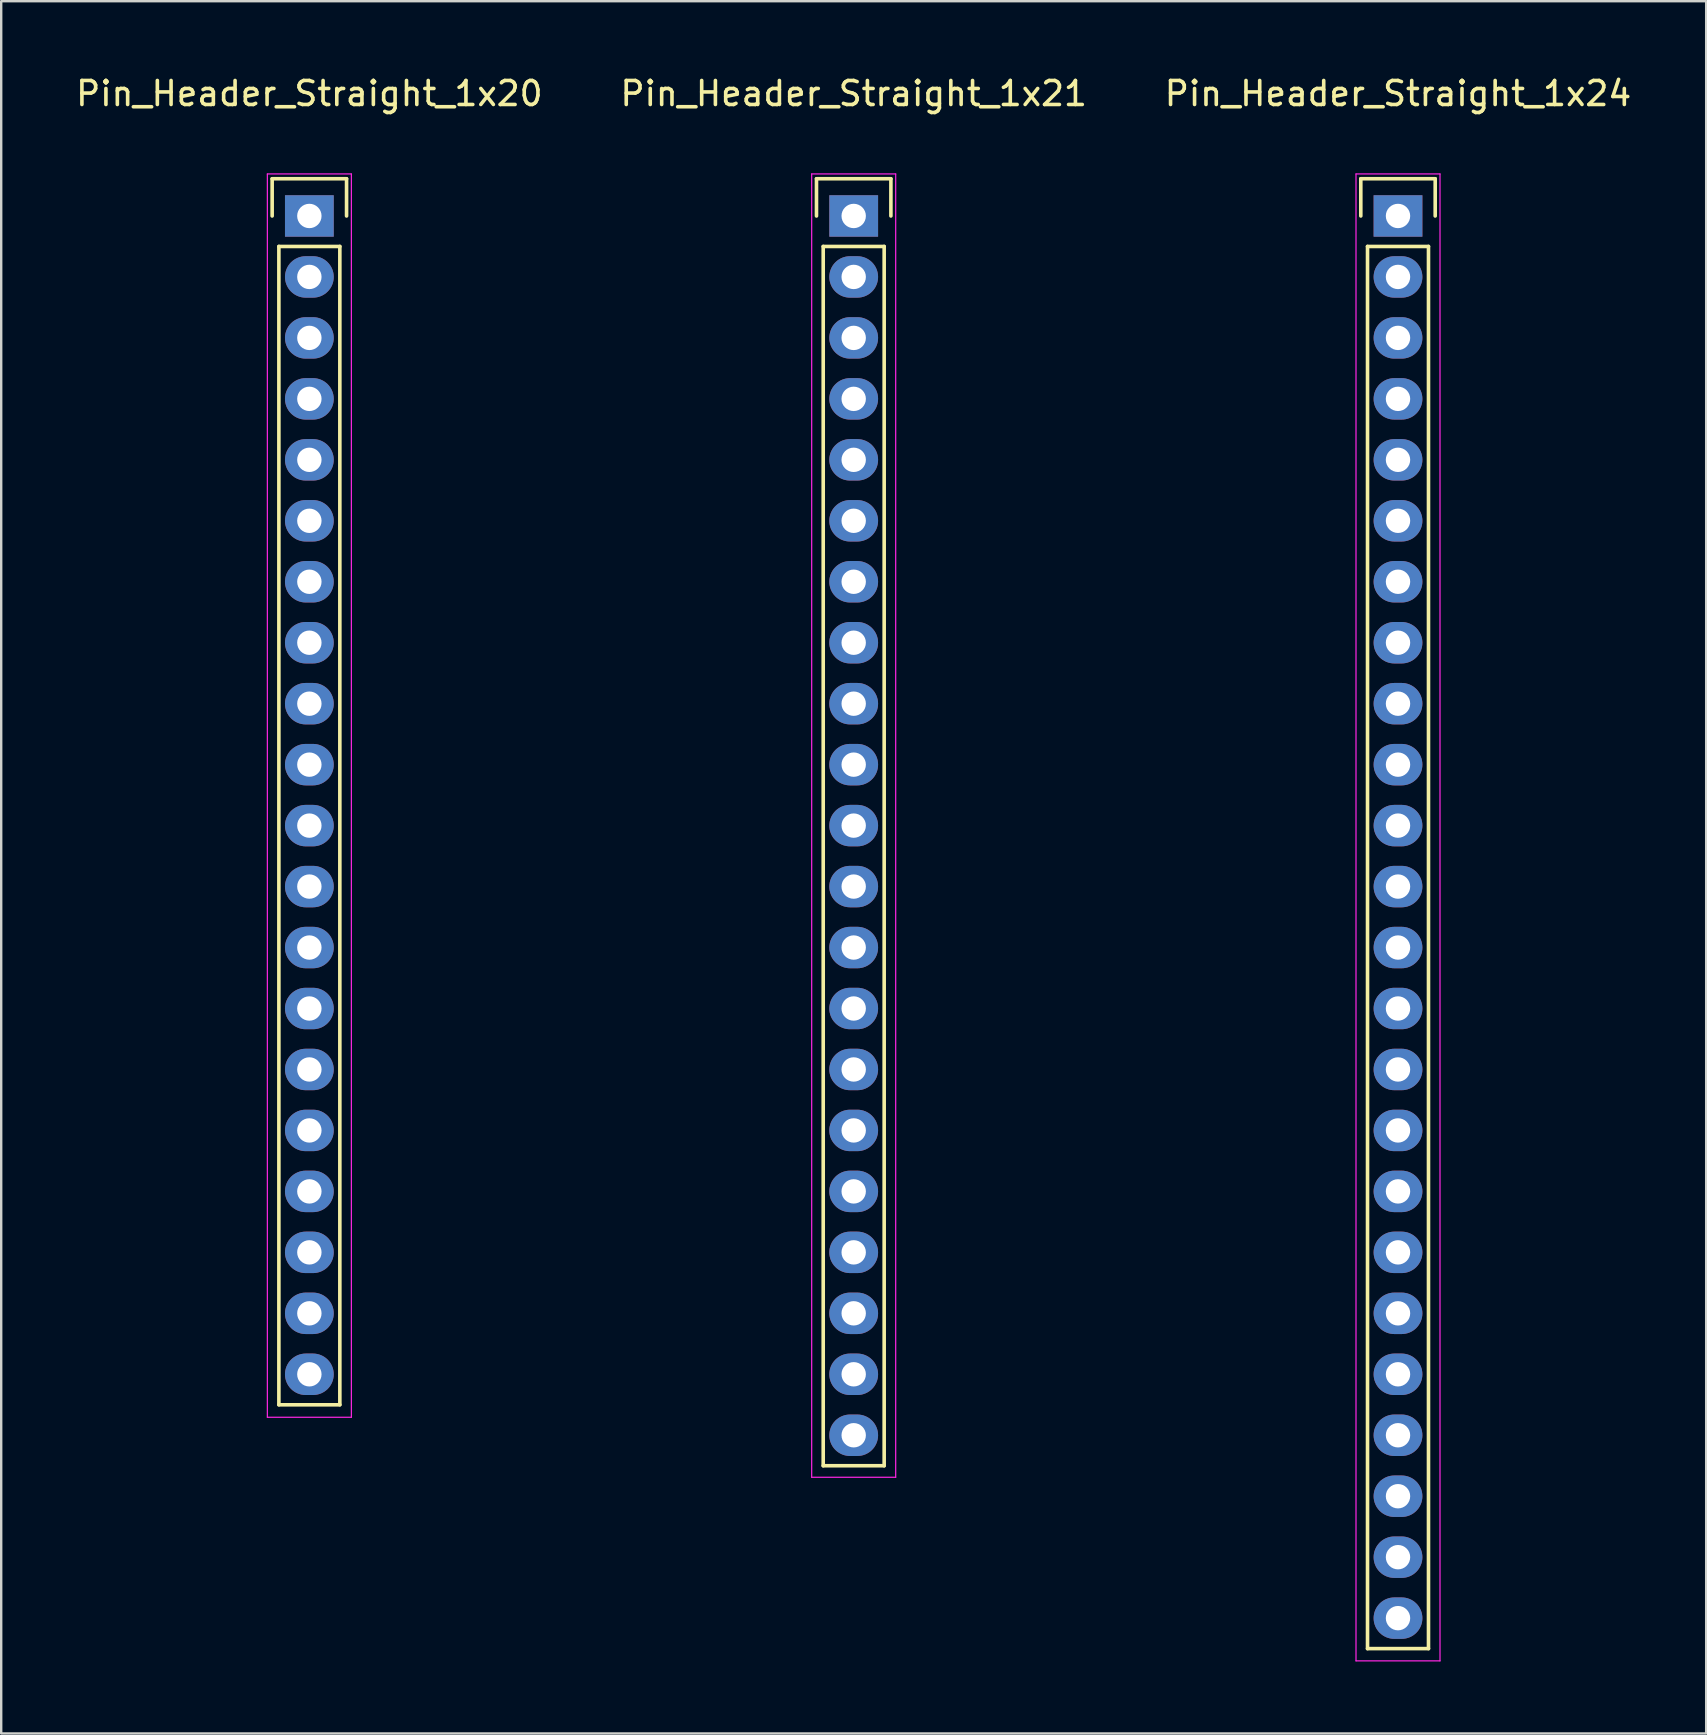
<source format=kicad_pcb>
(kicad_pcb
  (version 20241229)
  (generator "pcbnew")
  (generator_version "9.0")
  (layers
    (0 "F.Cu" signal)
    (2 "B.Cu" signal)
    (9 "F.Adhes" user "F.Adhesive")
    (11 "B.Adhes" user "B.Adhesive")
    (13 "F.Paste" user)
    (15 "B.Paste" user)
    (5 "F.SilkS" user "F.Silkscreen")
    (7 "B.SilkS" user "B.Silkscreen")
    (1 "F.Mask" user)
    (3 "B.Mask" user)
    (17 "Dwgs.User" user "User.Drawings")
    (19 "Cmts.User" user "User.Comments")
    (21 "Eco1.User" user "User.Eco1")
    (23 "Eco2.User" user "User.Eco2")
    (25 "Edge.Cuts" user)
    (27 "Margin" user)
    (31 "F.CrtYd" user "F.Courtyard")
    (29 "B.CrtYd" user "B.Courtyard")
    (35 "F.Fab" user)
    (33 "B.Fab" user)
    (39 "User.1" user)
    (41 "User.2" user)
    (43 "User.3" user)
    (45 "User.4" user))
  (footprint "Pin_Header_Straight_1x24"
    (layer "F.Cu")
    (at 55.196 5.948)
    (property "Reference" "Pin_Header_Straight_1x24" (at 0 -5.1 0) (layer "F.SilkS") (effects (font (size 1 1) (thickness 0.15))))
    (attr through_hole)
    (fp_line (start -1.55 -1.55) (end 1.55 -1.55) (stroke (width 0.15) (type solid)) (layer "F.SilkS"))
    (fp_line (start -1.55 0) (end -1.55 -1.55) (stroke (width 0.15) (type solid)) (layer "F.SilkS"))
    (fp_line (start -1.27 1.27) (end -1.27 59.69) (stroke (width 0.15) (type solid)) (layer "F.SilkS"))
    (fp_line (start -1.27 59.69) (end 1.27 59.69) (stroke (width 0.15) (type solid)) (layer "F.SilkS"))
    (fp_line (start 1.27 1.27) (end -1.27 1.27) (stroke (width 0.15) (type solid)) (layer "F.SilkS"))
    (fp_line (start 1.27 1.27) (end 1.27 59.69) (stroke (width 0.15) (type solid)) (layer "F.SilkS"))
    (fp_line (start 1.55 -1.55) (end 1.55 0) (stroke (width 0.15) (type solid)) (layer "F.SilkS"))
    (fp_line (start -1.75 -1.75) (end -1.75 60.2) (stroke (width 0.05) (type solid)) (layer "F.CrtYd"))
    (fp_line (start -1.75 -1.75) (end 1.75 -1.75) (stroke (width 0.05) (type solid)) (layer "F.CrtYd"))
    (fp_line (start -1.75 60.2) (end 1.75 60.2) (stroke (width 0.05) (type solid)) (layer "F.CrtYd"))
    (fp_line (start 1.75 -1.75) (end 1.75 60.2) (stroke (width 0.05) (type solid)) (layer "F.CrtYd"))
    (pad "1" thru_hole rect (at 0 0) (size 2.032 1.727) (drill 1.016) (layers "*.Cu" "*.Mask"))
    (pad "2" thru_hole oval (at 0 2.54) (size 2.032 1.727) (drill 1.016) (layers "*.Cu" "*.Mask"))
    (pad "3" thru_hole oval (at 0 5.08) (size 2.032 1.727) (drill 1.016) (layers "*.Cu" "*.Mask"))
    (pad "4" thru_hole oval (at 0 7.62) (size 2.032 1.727) (drill 1.016) (layers "*.Cu" "*.Mask"))
    (pad "5" thru_hole oval (at 0 10.16) (size 2.032 1.727) (drill 1.016) (layers "*.Cu" "*.Mask"))
    (pad "6" thru_hole oval (at 0 12.7) (size 2.032 1.727) (drill 1.016) (layers "*.Cu" "*.Mask"))
    (pad "7" thru_hole oval (at 0 15.24) (size 2.032 1.727) (drill 1.016) (layers "*.Cu" "*.Mask"))
    (pad "8" thru_hole oval (at 0 17.78) (size 2.032 1.727) (drill 1.016) (layers "*.Cu" "*.Mask"))
    (pad "9" thru_hole oval (at 0 20.32) (size 2.032 1.727) (drill 1.016) (layers "*.Cu" "*.Mask"))
    (pad "10" thru_hole oval (at 0 22.86) (size 2.032 1.727) (drill 1.016) (layers "*.Cu" "*.Mask"))
    (pad "11" thru_hole oval (at 0 25.4) (size 2.032 1.727) (drill 1.016) (layers "*.Cu" "*.Mask"))
    (pad "12" thru_hole oval (at 0 27.94) (size 2.032 1.727) (drill 1.016) (layers "*.Cu" "*.Mask"))
    (pad "13" thru_hole oval (at 0 30.48) (size 2.032 1.727) (drill 1.016) (layers "*.Cu" "*.Mask"))
    (pad "14" thru_hole oval (at 0 33.02) (size 2.032 1.727) (drill 1.016) (layers "*.Cu" "*.Mask"))
    (pad "15" thru_hole oval (at 0 35.56) (size 2.032 1.727) (drill 1.016) (layers "*.Cu" "*.Mask"))
    (pad "16" thru_hole oval (at 0 38.1) (size 2.032 1.727) (drill 1.016) (layers "*.Cu" "*.Mask"))
    (pad "17" thru_hole oval (at 0 40.64) (size 2.032 1.727) (drill 1.016) (layers "*.Cu" "*.Mask"))
    (pad "18" thru_hole oval (at 0 43.18) (size 2.032 1.727) (drill 1.016) (layers "*.Cu" "*.Mask"))
    (pad "19" thru_hole oval (at 0 45.72) (size 2.032 1.727) (drill 1.016) (layers "*.Cu" "*.Mask"))
    (pad "20" thru_hole oval (at 0 48.26) (size 2.032 1.727) (drill 1.016) (layers "*.Cu" "*.Mask"))
    (pad "21" thru_hole oval (at 0 50.8) (size 2.032 1.727) (drill 1.016) (layers "*.Cu" "*.Mask"))
    (pad "22" thru_hole oval (at 0 53.34) (size 2.032 1.727) (drill 1.016) (layers "*.Cu" "*.Mask"))
    (pad "23" thru_hole oval (at 0 55.88) (size 2.032 1.727) (drill 1.016) (layers "*.Cu" "*.Mask"))
    (pad "24" thru_hole oval (at 0 58.42) (size 2.032 1.727) (drill 1.016) (layers "*.Cu" "*.Mask")))
  (footprint "Pin_Header_Straight_1x21"
    (layer "F.Cu")
    (at 32.518 5.948)
    (property "Reference" "Pin_Header_Straight_1x21" (at 0 -5.1 0) (layer "F.SilkS") (effects (font (size 1 1) (thickness 0.15))))
    (attr through_hole)
    (fp_line (start -1.55 -1.55) (end 1.55 -1.55) (stroke (width 0.15) (type solid)) (layer "F.SilkS"))
    (fp_line (start -1.55 0) (end -1.55 -1.55) (stroke (width 0.15) (type solid)) (layer "F.SilkS"))
    (fp_line (start -1.27 52.07) (end -1.27 1.27) (stroke (width 0.15) (type solid)) (layer "F.SilkS"))
    (fp_line (start 1.27 1.27) (end -1.27 1.27) (stroke (width 0.15) (type solid)) (layer "F.SilkS"))
    (fp_line (start 1.27 1.27) (end 1.27 52.07) (stroke (width 0.15) (type solid)) (layer "F.SilkS"))
    (fp_line (start 1.27 52.07) (end -1.27 52.07) (stroke (width 0.15) (type solid)) (layer "F.SilkS"))
    (fp_line (start 1.55 -1.55) (end 1.55 0) (stroke (width 0.15) (type solid)) (layer "F.SilkS"))
    (fp_line (start -1.75 -1.75) (end -1.75 52.55) (stroke (width 0.05) (type solid)) (layer "F.CrtYd"))
    (fp_line (start -1.75 -1.75) (end 1.75 -1.75) (stroke (width 0.05) (type solid)) (layer "F.CrtYd"))
    (fp_line (start -1.75 52.55) (end 1.75 52.55) (stroke (width 0.05) (type solid)) (layer "F.CrtYd"))
    (fp_line (start 1.75 -1.75) (end 1.75 52.55) (stroke (width 0.05) (type solid)) (layer "F.CrtYd"))
    (pad "1" thru_hole rect (at 0 0) (size 2.032 1.727) (drill 1.016) (layers "*.Cu" "*.Mask"))
    (pad "2" thru_hole oval (at 0 2.54) (size 2.032 1.727) (drill 1.016) (layers "*.Cu" "*.Mask"))
    (pad "3" thru_hole oval (at 0 5.08) (size 2.032 1.727) (drill 1.016) (layers "*.Cu" "*.Mask"))
    (pad "4" thru_hole oval (at 0 7.62) (size 2.032 1.727) (drill 1.016) (layers "*.Cu" "*.Mask"))
    (pad "5" thru_hole oval (at 0 10.16) (size 2.032 1.727) (drill 1.016) (layers "*.Cu" "*.Mask"))
    (pad "6" thru_hole oval (at 0 12.7) (size 2.032 1.727) (drill 1.016) (layers "*.Cu" "*.Mask"))
    (pad "7" thru_hole oval (at 0 15.24) (size 2.032 1.727) (drill 1.016) (layers "*.Cu" "*.Mask"))
    (pad "8" thru_hole oval (at 0 17.78) (size 2.032 1.727) (drill 1.016) (layers "*.Cu" "*.Mask"))
    (pad "9" thru_hole oval (at 0 20.32) (size 2.032 1.727) (drill 1.016) (layers "*.Cu" "*.Mask"))
    (pad "10" thru_hole oval (at 0 22.86) (size 2.032 1.727) (drill 1.016) (layers "*.Cu" "*.Mask"))
    (pad "11" thru_hole oval (at 0 25.4) (size 2.032 1.727) (drill 1.016) (layers "*.Cu" "*.Mask"))
    (pad "12" thru_hole oval (at 0 27.94) (size 2.032 1.727) (drill 1.016) (layers "*.Cu" "*.Mask"))
    (pad "13" thru_hole oval (at 0 30.48) (size 2.032 1.727) (drill 1.016) (layers "*.Cu" "*.Mask"))
    (pad "14" thru_hole oval (at 0 33.02) (size 2.032 1.727) (drill 1.016) (layers "*.Cu" "*.Mask"))
    (pad "15" thru_hole oval (at 0 35.56) (size 2.032 1.727) (drill 1.016) (layers "*.Cu" "*.Mask"))
    (pad "16" thru_hole oval (at 0 38.1) (size 2.032 1.727) (drill 1.016) (layers "*.Cu" "*.Mask"))
    (pad "17" thru_hole oval (at 0 40.64) (size 2.032 1.727) (drill 1.016) (layers "*.Cu" "*.Mask"))
    (pad "18" thru_hole oval (at 0 43.18) (size 2.032 1.727) (drill 1.016) (layers "*.Cu" "*.Mask"))
    (pad "19" thru_hole oval (at 0 45.72) (size 2.032 1.727) (drill 1.016) (layers "*.Cu" "*.Mask"))
    (pad "20" thru_hole oval (at 0 48.26) (size 2.032 1.727) (drill 1.016) (layers "*.Cu" "*.Mask"))
    (pad "21" thru_hole oval (at 0 50.8) (size 2.032 1.727) (drill 1.016) (layers "*.Cu" "*.Mask")))
  (footprint "Pin_Header_Straight_1x20"
    (layer "F.Cu")
    (at 9.839 5.948)
    (property "Reference" "Pin_Header_Straight_1x20" (at 0 -5.1 0) (layer "F.SilkS") (effects (font (size 1 1) (thickness 0.15))))
    (attr through_hole)
    (fp_line (start -1.55 -1.55) (end 1.55 -1.55) (stroke (width 0.15) (type solid)) (layer "F.SilkS"))
    (fp_line (start -1.55 0) (end -1.55 -1.55) (stroke (width 0.15) (type solid)) (layer "F.SilkS"))
    (fp_line (start -1.27 49.53) (end -1.27 1.27) (stroke (width 0.15) (type solid)) (layer "F.SilkS"))
    (fp_line (start 1.27 1.27) (end -1.27 1.27) (stroke (width 0.15) (type solid)) (layer "F.SilkS"))
    (fp_line (start 1.27 1.27) (end 1.27 49.53) (stroke (width 0.15) (type solid)) (layer "F.SilkS"))
    (fp_line (start 1.27 49.53) (end -1.27 49.53) (stroke (width 0.15) (type solid)) (layer "F.SilkS"))
    (fp_line (start 1.55 -1.55) (end 1.55 0) (stroke (width 0.15) (type solid)) (layer "F.SilkS"))
    (fp_line (start -1.75 -1.75) (end -1.75 50.05) (stroke (width 0.05) (type solid)) (layer "F.CrtYd"))
    (fp_line (start -1.75 -1.75) (end 1.75 -1.75) (stroke (width 0.05) (type solid)) (layer "F.CrtYd"))
    (fp_line (start -1.75 50.05) (end 1.75 50.05) (stroke (width 0.05) (type solid)) (layer "F.CrtYd"))
    (fp_line (start 1.75 -1.75) (end 1.75 50.05) (stroke (width 0.05) (type solid)) (layer "F.CrtYd"))
    (pad "1" thru_hole rect (at 0 0) (size 2.032 1.727) (drill 1.016) (layers "*.Cu" "*.Mask"))
    (pad "2" thru_hole oval (at 0 2.54) (size 2.032 1.727) (drill 1.016) (layers "*.Cu" "*.Mask"))
    (pad "3" thru_hole oval (at 0 5.08) (size 2.032 1.727) (drill 1.016) (layers "*.Cu" "*.Mask"))
    (pad "4" thru_hole oval (at 0 7.62) (size 2.032 1.727) (drill 1.016) (layers "*.Cu" "*.Mask"))
    (pad "5" thru_hole oval (at 0 10.16) (size 2.032 1.727) (drill 1.016) (layers "*.Cu" "*.Mask"))
    (pad "6" thru_hole oval (at 0 12.7) (size 2.032 1.727) (drill 1.016) (layers "*.Cu" "*.Mask"))
    (pad "7" thru_hole oval (at 0 15.24) (size 2.032 1.727) (drill 1.016) (layers "*.Cu" "*.Mask"))
    (pad "8" thru_hole oval (at 0 17.78) (size 2.032 1.727) (drill 1.016) (layers "*.Cu" "*.Mask"))
    (pad "9" thru_hole oval (at 0 20.32) (size 2.032 1.727) (drill 1.016) (layers "*.Cu" "*.Mask"))
    (pad "10" thru_hole oval (at 0 22.86) (size 2.032 1.727) (drill 1.016) (layers "*.Cu" "*.Mask"))
    (pad "11" thru_hole oval (at 0 25.4) (size 2.032 1.727) (drill 1.016) (layers "*.Cu" "*.Mask"))
    (pad "12" thru_hole oval (at 0 27.94) (size 2.032 1.727) (drill 1.016) (layers "*.Cu" "*.Mask"))
    (pad "13" thru_hole oval (at 0 30.48) (size 2.032 1.727) (drill 1.016) (layers "*.Cu" "*.Mask"))
    (pad "14" thru_hole oval (at 0 33.02) (size 2.032 1.727) (drill 1.016) (layers "*.Cu" "*.Mask"))
    (pad "15" thru_hole oval (at 0 35.56) (size 2.032 1.727) (drill 1.016) (layers "*.Cu" "*.Mask"))
    (pad "16" thru_hole oval (at 0 38.1) (size 2.032 1.727) (drill 1.016) (layers "*.Cu" "*.Mask"))
    (pad "17" thru_hole oval (at 0 40.64) (size 2.032 1.727) (drill 1.016) (layers "*.Cu" "*.Mask"))
    (pad "18" thru_hole oval (at 0 43.18) (size 2.032 1.727) (drill 1.016) (layers "*.Cu" "*.Mask"))
    (pad "19" thru_hole oval (at 0 45.72) (size 2.032 1.727) (drill 1.016) (layers "*.Cu" "*.Mask"))
    (pad "20" thru_hole oval (at 0 48.26) (size 2.032 1.727) (drill 1.016) (layers "*.Cu" "*.Mask")))
  (gr_rect
    (start -3 -3)
    (end 68.036 69.173)
    (stroke (width 0.1) (type default))
    (fill no)
    (layer "Edge.Cuts")))
</source>
